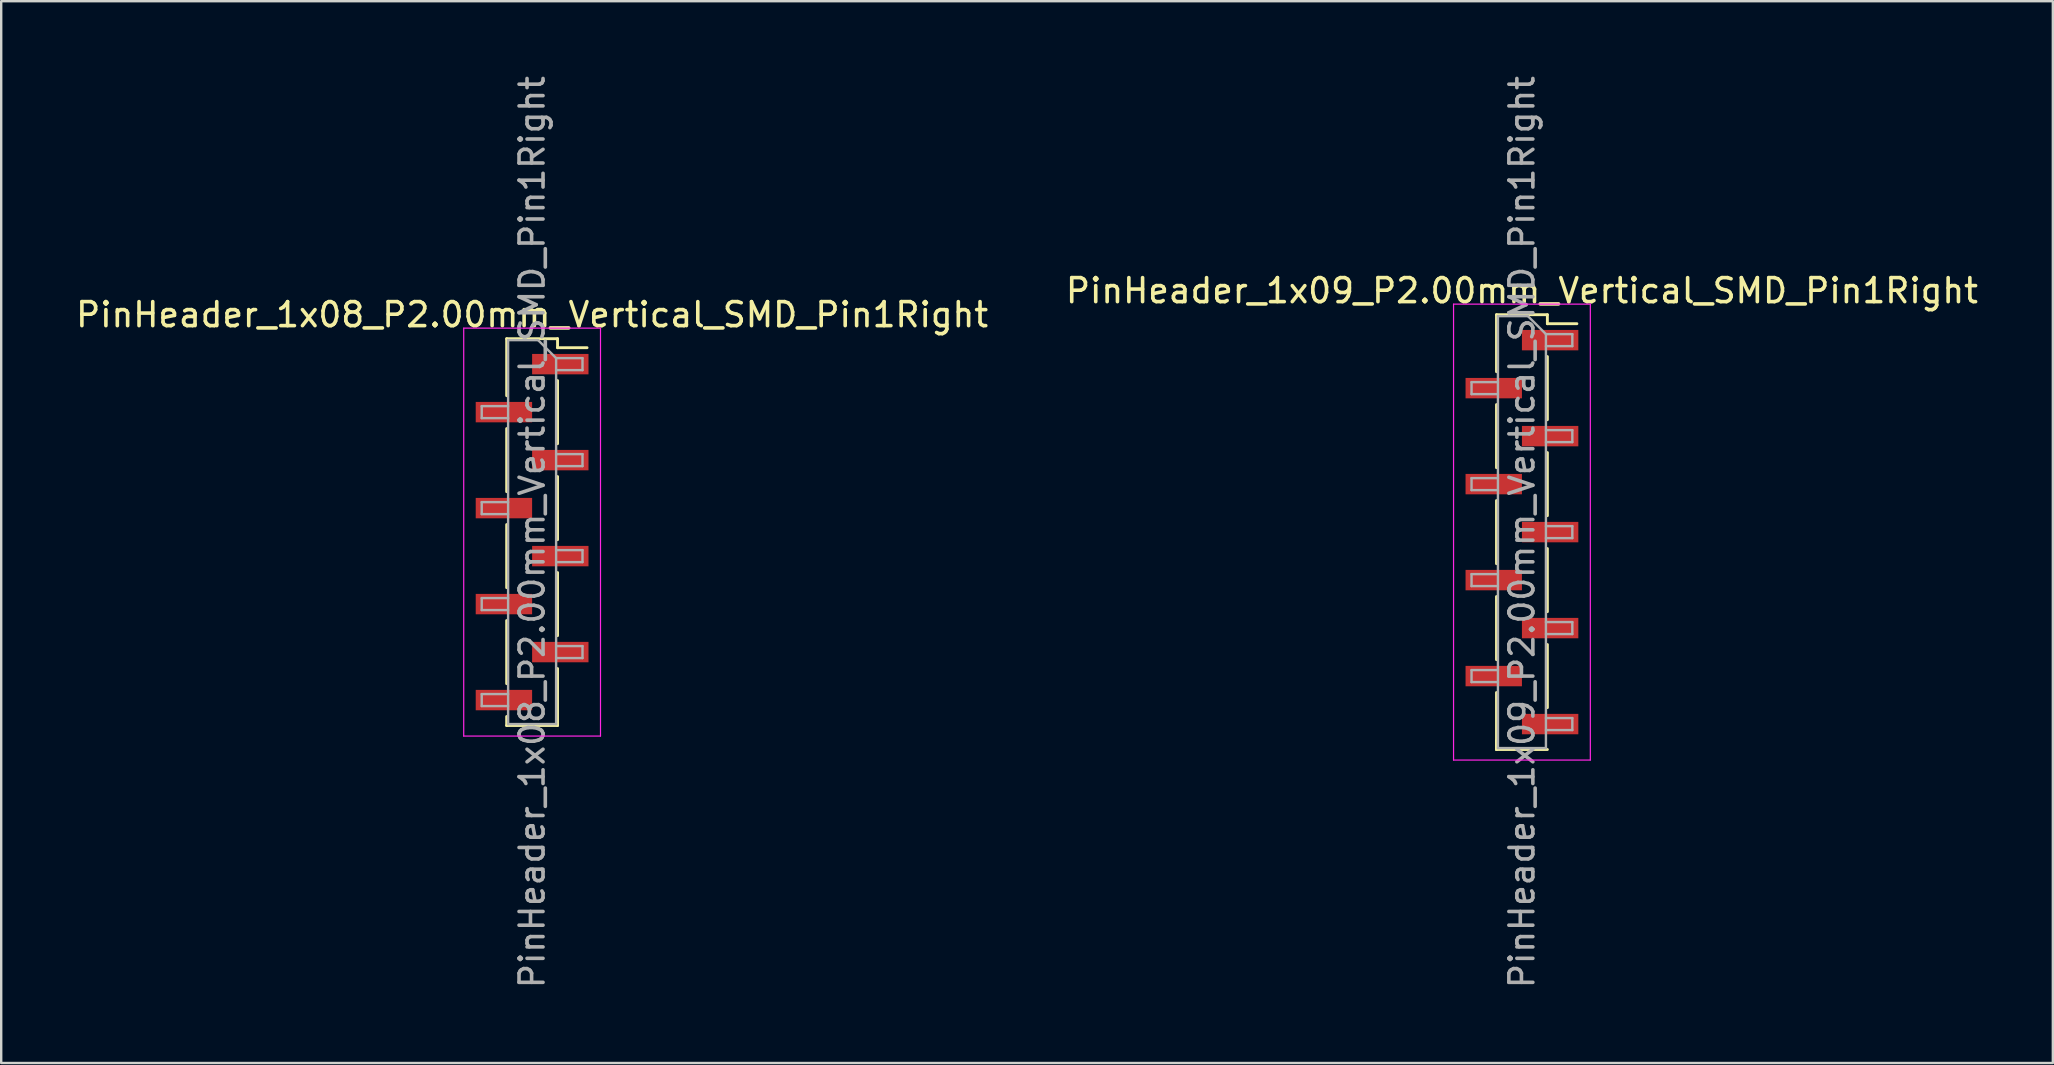
<source format=kicad_pcb>
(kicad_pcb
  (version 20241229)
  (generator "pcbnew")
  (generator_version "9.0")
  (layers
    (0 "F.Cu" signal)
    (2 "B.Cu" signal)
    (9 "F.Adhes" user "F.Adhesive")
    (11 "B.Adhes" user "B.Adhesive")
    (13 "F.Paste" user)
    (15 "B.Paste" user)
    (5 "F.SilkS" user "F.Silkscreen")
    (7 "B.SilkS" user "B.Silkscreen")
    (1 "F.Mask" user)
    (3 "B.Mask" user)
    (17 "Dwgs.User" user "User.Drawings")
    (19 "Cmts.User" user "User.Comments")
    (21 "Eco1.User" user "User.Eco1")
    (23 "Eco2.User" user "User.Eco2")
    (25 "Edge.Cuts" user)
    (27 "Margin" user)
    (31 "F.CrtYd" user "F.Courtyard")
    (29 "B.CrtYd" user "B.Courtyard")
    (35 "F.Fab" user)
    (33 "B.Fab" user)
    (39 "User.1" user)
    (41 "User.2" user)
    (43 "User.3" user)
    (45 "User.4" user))
  (footprint "PinHeader_1x09_P2.00mm_Vertical_SMD_Pin1Right"
    (layer "F.Cu")
    (at 60.375 19.125)
    (property "Reference" "PinHeader_1x09_P2.00mm_Vertical_SMD_Pin1Right" (at 0 -10.06 0) (layer "F.SilkS") (effects (font (size 1 1) (thickness 0.15))))
    (attr smd)
    (fp_line (start -1.06 -9.06) (end -1.06 -6.685) (stroke (width 0.12) (type solid)) (layer "F.SilkS"))
    (fp_line (start -1.06 -9.06) (end 1.06 -9.06) (stroke (width 0.12) (type solid)) (layer "F.SilkS"))
    (fp_line (start -1.06 -5.315) (end -1.06 -2.685) (stroke (width 0.12) (type solid)) (layer "F.SilkS"))
    (fp_line (start -1.06 -1.315) (end -1.06 1.315) (stroke (width 0.12) (type solid)) (layer "F.SilkS"))
    (fp_line (start -1.06 2.685) (end -1.06 5.315) (stroke (width 0.12) (type solid)) (layer "F.SilkS"))
    (fp_line (start -1.06 6.685) (end -1.06 9.06) (stroke (width 0.12) (type solid)) (layer "F.SilkS"))
    (fp_line (start -1.06 8.685) (end -1.06 9.06) (stroke (width 0.12) (type solid)) (layer "F.SilkS"))
    (fp_line (start -1.06 9.06) (end 1.06 9.06) (stroke (width 0.12) (type solid)) (layer "F.SilkS"))
    (fp_line (start 1.06 -9.06) (end 1.06 -8.685) (stroke (width 0.12) (type solid)) (layer "F.SilkS"))
    (fp_line (start 1.06 -8.685) (end 2.29 -8.685) (stroke (width 0.12) (type solid)) (layer "F.SilkS"))
    (fp_line (start 1.06 -7.315) (end 1.06 -4.685) (stroke (width 0.12) (type solid)) (layer "F.SilkS"))
    (fp_line (start 1.06 -3.315) (end 1.06 -0.685) (stroke (width 0.12) (type solid)) (layer "F.SilkS"))
    (fp_line (start 1.06 0.685) (end 1.06 3.315) (stroke (width 0.12) (type solid)) (layer "F.SilkS"))
    (fp_line (start 1.06 4.685) (end 1.06 7.315) (stroke (width 0.12) (type solid)) (layer "F.SilkS"))
    (fp_line (start -2.85 -9.5) (end -2.85 9.5) (stroke (width 0.05) (type solid)) (layer "F.CrtYd"))
    (fp_line (start -2.85 9.5) (end 2.85 9.5) (stroke (width 0.05) (type solid)) (layer "F.CrtYd"))
    (fp_line (start 2.85 -9.5) (end -2.85 -9.5) (stroke (width 0.05) (type solid)) (layer "F.CrtYd"))
    (fp_line (start 2.85 9.5) (end 2.85 -9.5) (stroke (width 0.05) (type solid)) (layer "F.CrtYd"))
    (fp_line (start -2.1 -6.25) (end -2.1 -5.75) (stroke (width 0.1) (type solid)) (layer "F.Fab"))
    (fp_line (start -2.1 -5.75) (end -1 -5.75) (stroke (width 0.1) (type solid)) (layer "F.Fab"))
    (fp_line (start -2.1 -2.25) (end -2.1 -1.75) (stroke (width 0.1) (type solid)) (layer "F.Fab"))
    (fp_line (start -2.1 -1.75) (end -1 -1.75) (stroke (width 0.1) (type solid)) (layer "F.Fab"))
    (fp_line (start -2.1 1.75) (end -2.1 2.25) (stroke (width 0.1) (type solid)) (layer "F.Fab"))
    (fp_line (start -2.1 2.25) (end -1 2.25) (stroke (width 0.1) (type solid)) (layer "F.Fab"))
    (fp_line (start -2.1 5.75) (end -2.1 6.25) (stroke (width 0.1) (type solid)) (layer "F.Fab"))
    (fp_line (start -2.1 6.25) (end -1 6.25) (stroke (width 0.1) (type solid)) (layer "F.Fab"))
    (fp_line (start -1 -9) (end -1 9) (stroke (width 0.1) (type solid)) (layer "F.Fab"))
    (fp_line (start -1 -9) (end 0.25 -9) (stroke (width 0.1) (type solid)) (layer "F.Fab"))
    (fp_line (start -1 -6.25) (end -2.1 -6.25) (stroke (width 0.1) (type solid)) (layer "F.Fab"))
    (fp_line (start -1 -2.25) (end -2.1 -2.25) (stroke (width 0.1) (type solid)) (layer "F.Fab"))
    (fp_line (start -1 1.75) (end -2.1 1.75) (stroke (width 0.1) (type solid)) (layer "F.Fab"))
    (fp_line (start -1 5.75) (end -2.1 5.75) (stroke (width 0.1) (type solid)) (layer "F.Fab"))
    (fp_line (start 1 -8.25) (end 0.25 -9) (stroke (width 0.1) (type solid)) (layer "F.Fab"))
    (fp_line (start 1 -8.25) (end 2.1 -8.25) (stroke (width 0.1) (type solid)) (layer "F.Fab"))
    (fp_line (start 1 -4.25) (end 2.1 -4.25) (stroke (width 0.1) (type solid)) (layer "F.Fab"))
    (fp_line (start 1 -0.25) (end 2.1 -0.25) (stroke (width 0.1) (type solid)) (layer "F.Fab"))
    (fp_line (start 1 3.75) (end 2.1 3.75) (stroke (width 0.1) (type solid)) (layer "F.Fab"))
    (fp_line (start 1 7.75) (end 2.1 7.75) (stroke (width 0.1) (type solid)) (layer "F.Fab"))
    (fp_line (start 1 9) (end -1 9) (stroke (width 0.1) (type solid)) (layer "F.Fab"))
    (fp_line (start 1 9) (end 1 -8.25) (stroke (width 0.1) (type solid)) (layer "F.Fab"))
    (fp_line (start 2.1 -8.25) (end 2.1 -7.75) (stroke (width 0.1) (type solid)) (layer "F.Fab"))
    (fp_line (start 2.1 -7.75) (end 1 -7.75) (stroke (width 0.1) (type solid)) (layer "F.Fab"))
    (fp_line (start 2.1 -4.25) (end 2.1 -3.75) (stroke (width 0.1) (type solid)) (layer "F.Fab"))
    (fp_line (start 2.1 -3.75) (end 1 -3.75) (stroke (width 0.1) (type solid)) (layer "F.Fab"))
    (fp_line (start 2.1 -0.25) (end 2.1 0.25) (stroke (width 0.1) (type solid)) (layer "F.Fab"))
    (fp_line (start 2.1 0.25) (end 1 0.25) (stroke (width 0.1) (type solid)) (layer "F.Fab"))
    (fp_line (start 2.1 3.75) (end 2.1 4.25) (stroke (width 0.1) (type solid)) (layer "F.Fab"))
    (fp_line (start 2.1 4.25) (end 1 4.25) (stroke (width 0.1) (type solid)) (layer "F.Fab"))
    (fp_line (start 2.1 7.75) (end 2.1 8.25) (stroke (width 0.1) (type solid)) (layer "F.Fab"))
    (fp_line (start 2.1 8.25) (end 1 8.25) (stroke (width 0.1) (type solid)) (layer "F.Fab"))
    (fp_text user "${REFERENCE}" (at 0 0 90) (layer "F.Fab") (effects (font (size 1 1) (thickness 0.15))))
    (pad "1" smd rect (at 1.175 -8) (size 2.35 0.85) (layers "F.Cu" "F.Mask" "F.Paste"))
    (pad "2" smd rect (at -1.175 -6) (size 2.35 0.85) (layers "F.Cu" "F.Mask" "F.Paste"))
    (pad "3" smd rect (at 1.175 -4) (size 2.35 0.85) (layers "F.Cu" "F.Mask" "F.Paste"))
    (pad "4" smd rect (at -1.175 -2) (size 2.35 0.85) (layers "F.Cu" "F.Mask" "F.Paste"))
    (pad "5" smd rect (at 1.175 0) (size 2.35 0.85) (layers "F.Cu" "F.Mask" "F.Paste"))
    (pad "6" smd rect (at -1.175 2) (size 2.35 0.85) (layers "F.Cu" "F.Mask" "F.Paste"))
    (pad "7" smd rect (at 1.175 4) (size 2.35 0.85) (layers "F.Cu" "F.Mask" "F.Paste"))
    (pad "8" smd rect (at -1.175 6) (size 2.35 0.85) (layers "F.Cu" "F.Mask" "F.Paste"))
    (pad "9" smd rect (at 1.175 8) (size 2.35 0.85) (layers "F.Cu" "F.Mask" "F.Paste")))
  (footprint "PinHeader_1x08_P2.00mm_Vertical_SMD_Pin1Right"
    (layer "F.Cu")
    (at 19.125 19.125)
    (property "Reference" "PinHeader_1x08_P2.00mm_Vertical_SMD_Pin1Right" (at 0 -9.06 0) (layer "F.SilkS") (effects (font (size 1 1) (thickness 0.15))))
    (attr smd)
    (fp_line (start -1.06 -8.06) (end -1.06 -5.685) (stroke (width 0.12) (type solid)) (layer "F.SilkS"))
    (fp_line (start -1.06 -8.06) (end 1.06 -8.06) (stroke (width 0.12) (type solid)) (layer "F.SilkS"))
    (fp_line (start -1.06 -4.315) (end -1.06 -1.685) (stroke (width 0.12) (type solid)) (layer "F.SilkS"))
    (fp_line (start -1.06 -0.315) (end -1.06 2.315) (stroke (width 0.12) (type solid)) (layer "F.SilkS"))
    (fp_line (start -1.06 3.685) (end -1.06 6.315) (stroke (width 0.12) (type solid)) (layer "F.SilkS"))
    (fp_line (start -1.06 7.685) (end -1.06 8.06) (stroke (width 0.12) (type solid)) (layer "F.SilkS"))
    (fp_line (start -1.06 8.06) (end 1.06 8.06) (stroke (width 0.12) (type solid)) (layer "F.SilkS"))
    (fp_line (start 1.06 -8.06) (end 1.06 -7.685) (stroke (width 0.12) (type solid)) (layer "F.SilkS"))
    (fp_line (start 1.06 -7.685) (end 2.29 -7.685) (stroke (width 0.12) (type solid)) (layer "F.SilkS"))
    (fp_line (start 1.06 -6.315) (end 1.06 -3.685) (stroke (width 0.12) (type solid)) (layer "F.SilkS"))
    (fp_line (start 1.06 -2.315) (end 1.06 0.315) (stroke (width 0.12) (type solid)) (layer "F.SilkS"))
    (fp_line (start 1.06 1.685) (end 1.06 4.315) (stroke (width 0.12) (type solid)) (layer "F.SilkS"))
    (fp_line (start 1.06 5.685) (end 1.06 8.06) (stroke (width 0.12) (type solid)) (layer "F.SilkS"))
    (fp_line (start -2.85 -8.5) (end -2.85 8.5) (stroke (width 0.05) (type solid)) (layer "F.CrtYd"))
    (fp_line (start -2.85 8.5) (end 2.85 8.5) (stroke (width 0.05) (type solid)) (layer "F.CrtYd"))
    (fp_line (start 2.85 -8.5) (end -2.85 -8.5) (stroke (width 0.05) (type solid)) (layer "F.CrtYd"))
    (fp_line (start 2.85 8.5) (end 2.85 -8.5) (stroke (width 0.05) (type solid)) (layer "F.CrtYd"))
    (fp_line (start -2.1 -5.25) (end -2.1 -4.75) (stroke (width 0.1) (type solid)) (layer "F.Fab"))
    (fp_line (start -2.1 -4.75) (end -1 -4.75) (stroke (width 0.1) (type solid)) (layer "F.Fab"))
    (fp_line (start -2.1 -1.25) (end -2.1 -0.75) (stroke (width 0.1) (type solid)) (layer "F.Fab"))
    (fp_line (start -2.1 -0.75) (end -1 -0.75) (stroke (width 0.1) (type solid)) (layer "F.Fab"))
    (fp_line (start -2.1 2.75) (end -2.1 3.25) (stroke (width 0.1) (type solid)) (layer "F.Fab"))
    (fp_line (start -2.1 3.25) (end -1 3.25) (stroke (width 0.1) (type solid)) (layer "F.Fab"))
    (fp_line (start -2.1 6.75) (end -2.1 7.25) (stroke (width 0.1) (type solid)) (layer "F.Fab"))
    (fp_line (start -2.1 7.25) (end -1 7.25) (stroke (width 0.1) (type solid)) (layer "F.Fab"))
    (fp_line (start -1 -8) (end -1 8) (stroke (width 0.1) (type solid)) (layer "F.Fab"))
    (fp_line (start -1 -8) (end 0.25 -8) (stroke (width 0.1) (type solid)) (layer "F.Fab"))
    (fp_line (start -1 -5.25) (end -2.1 -5.25) (stroke (width 0.1) (type solid)) (layer "F.Fab"))
    (fp_line (start -1 -1.25) (end -2.1 -1.25) (stroke (width 0.1) (type solid)) (layer "F.Fab"))
    (fp_line (start -1 2.75) (end -2.1 2.75) (stroke (width 0.1) (type solid)) (layer "F.Fab"))
    (fp_line (start -1 6.75) (end -2.1 6.75) (stroke (width 0.1) (type solid)) (layer "F.Fab"))
    (fp_line (start 1 -7.25) (end 0.25 -8) (stroke (width 0.1) (type solid)) (layer "F.Fab"))
    (fp_line (start 1 -7.25) (end 2.1 -7.25) (stroke (width 0.1) (type solid)) (layer "F.Fab"))
    (fp_line (start 1 -3.25) (end 2.1 -3.25) (stroke (width 0.1) (type solid)) (layer "F.Fab"))
    (fp_line (start 1 0.75) (end 2.1 0.75) (stroke (width 0.1) (type solid)) (layer "F.Fab"))
    (fp_line (start 1 4.75) (end 2.1 4.75) (stroke (width 0.1) (type solid)) (layer "F.Fab"))
    (fp_line (start 1 8) (end -1 8) (stroke (width 0.1) (type solid)) (layer "F.Fab"))
    (fp_line (start 1 8) (end 1 -7.25) (stroke (width 0.1) (type solid)) (layer "F.Fab"))
    (fp_line (start 2.1 -7.25) (end 2.1 -6.75) (stroke (width 0.1) (type solid)) (layer "F.Fab"))
    (fp_line (start 2.1 -6.75) (end 1 -6.75) (stroke (width 0.1) (type solid)) (layer "F.Fab"))
    (fp_line (start 2.1 -3.25) (end 2.1 -2.75) (stroke (width 0.1) (type solid)) (layer "F.Fab"))
    (fp_line (start 2.1 -2.75) (end 1 -2.75) (stroke (width 0.1) (type solid)) (layer "F.Fab"))
    (fp_line (start 2.1 0.75) (end 2.1 1.25) (stroke (width 0.1) (type solid)) (layer "F.Fab"))
    (fp_line (start 2.1 1.25) (end 1 1.25) (stroke (width 0.1) (type solid)) (layer "F.Fab"))
    (fp_line (start 2.1 4.75) (end 2.1 5.25) (stroke (width 0.1) (type solid)) (layer "F.Fab"))
    (fp_line (start 2.1 5.25) (end 1 5.25) (stroke (width 0.1) (type solid)) (layer "F.Fab"))
    (fp_text user "${REFERENCE}" (at 0 0 90) (layer "F.Fab") (effects (font (size 1 1) (thickness 0.15))))
    (pad "1" smd rect (at 1.175 -7) (size 2.35 0.85) (layers "F.Cu" "F.Mask" "F.Paste"))
    (pad "2" smd rect (at -1.175 -5) (size 2.35 0.85) (layers "F.Cu" "F.Mask" "F.Paste"))
    (pad "3" smd rect (at 1.175 -3) (size 2.35 0.85) (layers "F.Cu" "F.Mask" "F.Paste"))
    (pad "4" smd rect (at -1.175 -1) (size 2.35 0.85) (layers "F.Cu" "F.Mask" "F.Paste"))
    (pad "5" smd rect (at 1.175 1) (size 2.35 0.85) (layers "F.Cu" "F.Mask" "F.Paste"))
    (pad "6" smd rect (at -1.175 3) (size 2.35 0.85) (layers "F.Cu" "F.Mask" "F.Paste"))
    (pad "7" smd rect (at 1.175 5) (size 2.35 0.85) (layers "F.Cu" "F.Mask" "F.Paste"))
    (pad "8" smd rect (at -1.175 7) (size 2.35 0.85) (layers "F.Cu" "F.Mask" "F.Paste")))
  (gr_rect
    (start -3 -3)
    (end 82.5 41.25)
    (stroke (width 0.1) (type default))
    (fill no)
    (layer "Edge.Cuts")))
</source>
